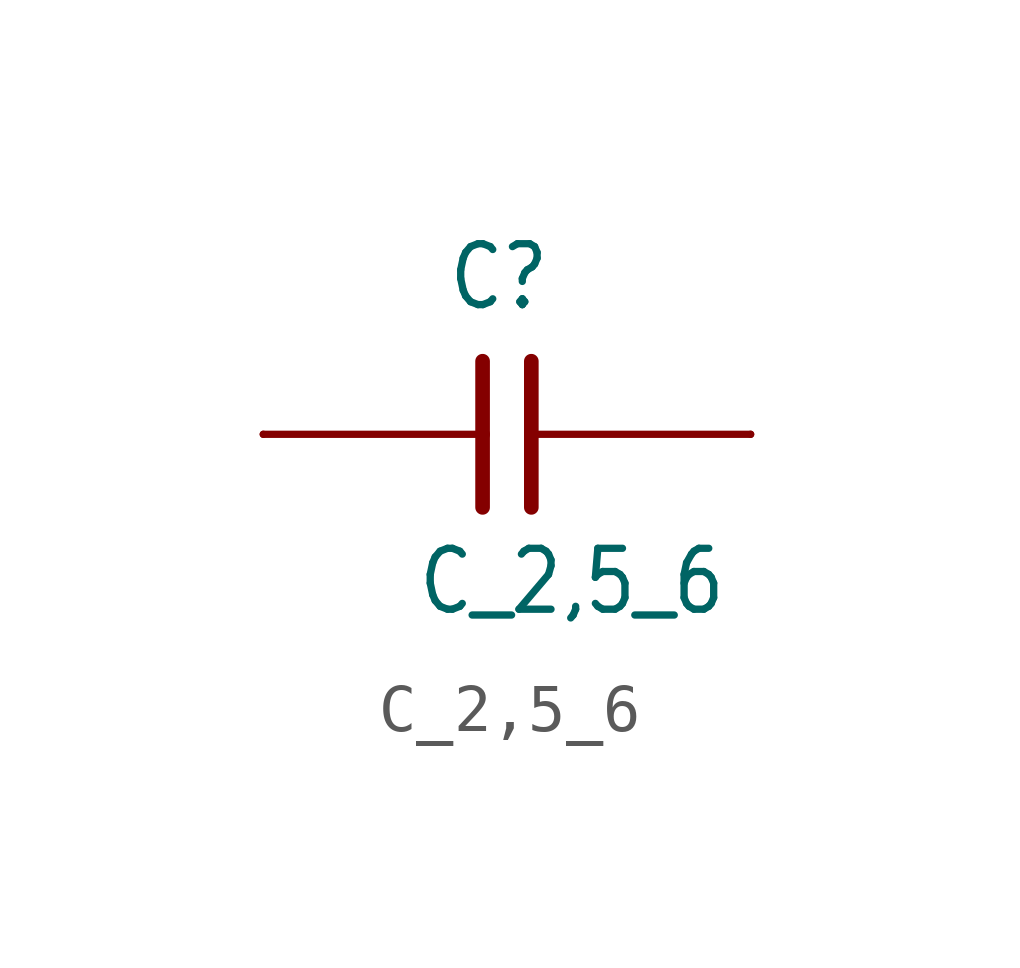
<source format=kicad_sym>
(kicad_symbol_lib
  (version 20201005)
  (generator kicad_symbol_editor)
  (symbol "C_2,5_6"
    (property "Reference" "C"
      (at -1.27 2.54 0)
      (effects (font (size 1.27 1.079)) (justify left bottom)))
    (property "Value" "C_2,5_6"
      (at -1.905 -3.81 0)
      (effects (font (size 1.27 1.079)) (justify left bottom)))
    (property "ki_locked" ""
      (at 0 0 0)
      (effects (font (size 1.27 1.27))))
    (symbol "C_2,5_6_1_0"
      (polyline (pts (xy -5.08 0) (xy -0.508 0)) (stroke (width 0.152)) (fill (type none)))
      (polyline (pts (xy -0.508 1.524) (xy -0.508 0)) (stroke (width 0.305)) (fill (type none)))
      (polyline (pts (xy -0.508 0) (xy -0.508 -1.524)) (stroke (width 0.305)) (fill (type none)))
      (polyline (pts (xy 5.08 0) (xy 0.508 0)) (stroke (width 0.152)) (fill (type none)))
      (polyline (pts (xy 0.508 1.524) (xy 0.508 0)) (stroke (width 0.305)) (fill (type none)))
      (polyline (pts (xy 0.508 0) (xy 0.508 -1.524)) (stroke (width 0.305)) (fill (type none)))
      (pin passive line (at -5.08 0 0) (length 0) (name "1" (effects (font (size 0 0)))) (number "1" (effects (font (size 0 0)))))
      (pin passive line (at 5.08 0 0) (length 0) (name "2" (effects (font (size 0 0)))) (number "2" (effects (font (size 0 0))))))))
</source>
